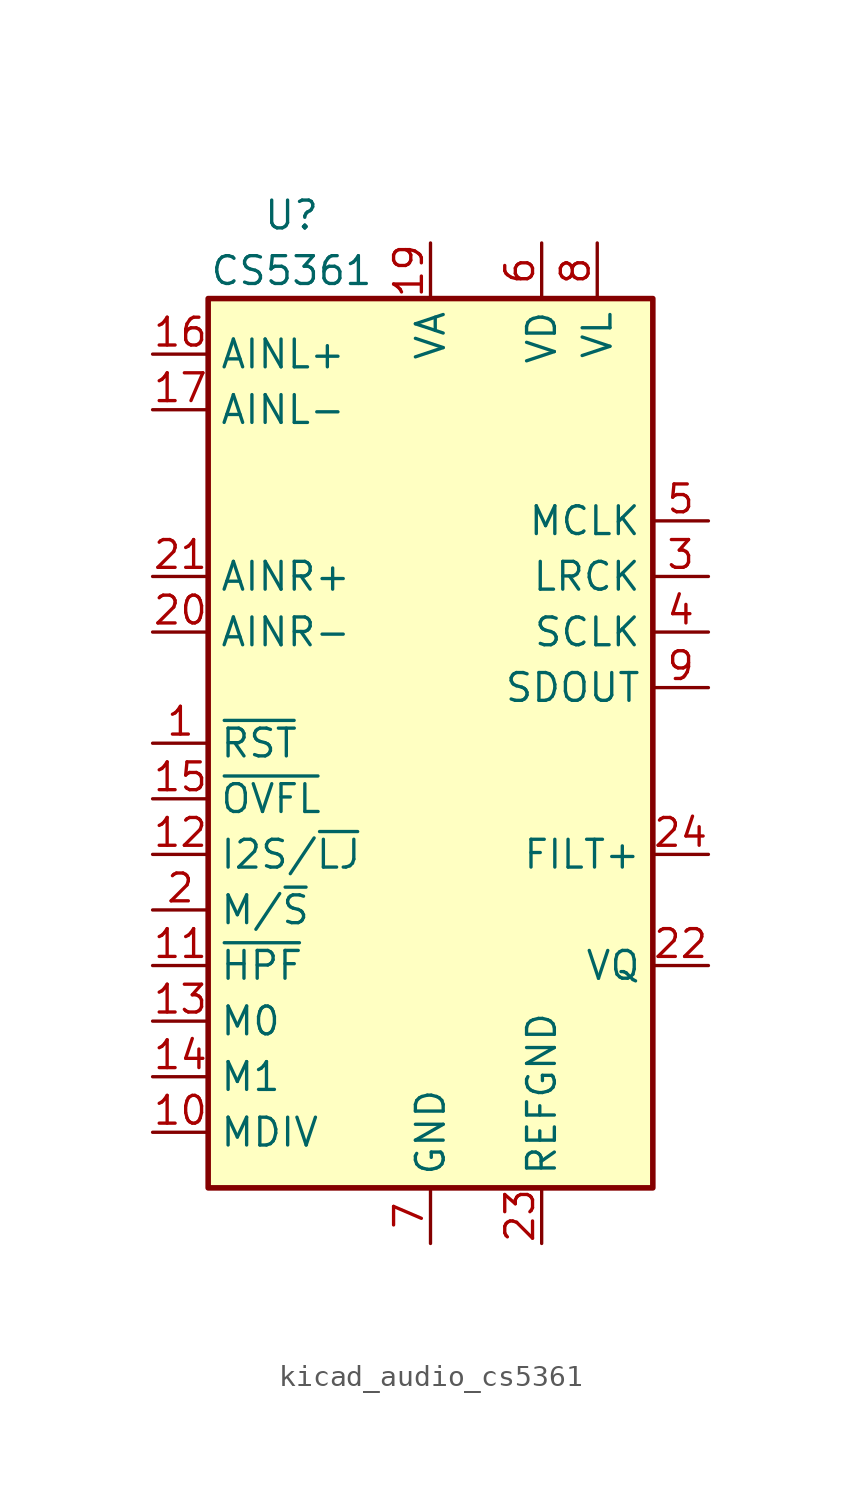
<source format=kicad_sym>
(kicad_symbol_lib
  (version 20220914)
  (generator kicad_symbol_editor)
  (symbol "kicad_audio_cs5361"
    (property "Reference" "U"
      (at -6.35 24.13 0)
      (effects (font (size 1.27 1.27))))
    (property "Value" "CS5361"
      (at -6.35 21.59 0)
      (effects (font (size 1.27 1.27))))
    (symbol "kicad_audio_cs5361_0_1"
      (rectangle (start -10.16 20.32) (end 10.16 -20.32) (stroke (width 0.254) (type default)) (fill (type background))))
    (symbol "kicad_audio_cs5361_1_1"
      (pin input line (at -12.7 0 0) (length 2.54) (name "~{RST}" (effects (font (size 1.27 1.27)))) (number "1" (effects (font (size 1.27 1.27)))))
      (pin input line (at -12.7 -17.78 0) (length 2.54) (name "MDIV" (effects (font (size 1.27 1.27)))) (number "10" (effects (font (size 1.27 1.27)))))
      (pin input line (at -12.7 -10.16 0) (length 2.54) (name "~{HPF}" (effects (font (size 1.27 1.27)))) (number "11" (effects (font (size 1.27 1.27)))))
      (pin input line (at -12.7 -5.08 0) (length 2.54) (name "I2S/~{LJ}" (effects (font (size 1.27 1.27)))) (number "12" (effects (font (size 1.27 1.27)))))
      (pin input line (at -12.7 -12.7 0) (length 2.54) (name "M0" (effects (font (size 1.27 1.27)))) (number "13" (effects (font (size 1.27 1.27)))))
      (pin input line (at -12.7 -15.24 0) (length 2.54) (name "M1" (effects (font (size 1.27 1.27)))) (number "14" (effects (font (size 1.27 1.27)))))
      (pin input line (at -12.7 -2.54 0) (length 2.54) (name "~{OVFL}" (effects (font (size 1.27 1.27)))) (number "15" (effects (font (size 1.27 1.27)))))
      (pin input line (at -12.7 17.78 0) (length 2.54) (name "AINL+" (effects (font (size 1.27 1.27)))) (number "16" (effects (font (size 1.27 1.27)))))
      (pin input line (at -12.7 15.24 0) (length 2.54) (name "AINL-" (effects (font (size 1.27 1.27)))) (number "17" (effects (font (size 1.27 1.27)))))
      (pin passive line (at 0 -22.86 90) (length 2.54) hide (name "GND" (effects (font (size 1.27 1.27)))) (number "18" (effects (font (size 1.27 1.27)))))
      (pin power_in line (at 0 22.86 270) (length 2.54) (name "VA" (effects (font (size 1.27 1.27)))) (number "19" (effects (font (size 1.27 1.27)))))
      (pin input line (at -12.7 -7.62 0) (length 2.54) (name "M/~{S}" (effects (font (size 1.27 1.27)))) (number "2" (effects (font (size 1.27 1.27)))))
      (pin input line (at -12.7 5.08 0) (length 2.54) (name "AINR-" (effects (font (size 1.27 1.27)))) (number "20" (effects (font (size 1.27 1.27)))))
      (pin input line (at -12.7 7.62 0) (length 2.54) (name "AINR+" (effects (font (size 1.27 1.27)))) (number "21" (effects (font (size 1.27 1.27)))))
      (pin power_out line (at 12.7 -10.16 180) (length 2.54) (name "VQ" (effects (font (size 1.27 1.27)))) (number "22" (effects (font (size 1.27 1.27)))))
      (pin power_in line (at 5.08 -22.86 90) (length 2.54) (name "REFGND" (effects (font (size 1.27 1.27)))) (number "23" (effects (font (size 1.27 1.27)))))
      (pin power_out line (at 12.7 -5.08 180) (length 2.54) (name "FILT+" (effects (font (size 1.27 1.27)))) (number "24" (effects (font (size 1.27 1.27)))))
      (pin bidirectional line (at 12.7 7.62 180) (length 2.54) (name "LRCK" (effects (font (size 1.27 1.27)))) (number "3" (effects (font (size 1.27 1.27)))))
      (pin bidirectional line (at 12.7 5.08 180) (length 2.54) (name "SCLK" (effects (font (size 1.27 1.27)))) (number "4" (effects (font (size 1.27 1.27)))))
      (pin input line (at 12.7 10.16 180) (length 2.54) (name "MCLK" (effects (font (size 1.27 1.27)))) (number "5" (effects (font (size 1.27 1.27)))))
      (pin power_in line (at 5.08 22.86 270) (length 2.54) (name "VD" (effects (font (size 1.27 1.27)))) (number "6" (effects (font (size 1.27 1.27)))))
      (pin power_in line (at 0 -22.86 90) (length 2.54) (name "GND" (effects (font (size 1.27 1.27)))) (number "7" (effects (font (size 1.27 1.27)))))
      (pin power_in line (at 7.62 22.86 270) (length 2.54) (name "VL" (effects (font (size 1.27 1.27)))) (number "8" (effects (font (size 1.27 1.27)))))
      (pin output line (at 12.7 2.54 180) (length 2.54) (name "SDOUT" (effects (font (size 1.27 1.27)))) (number "9" (effects (font (size 1.27 1.27))))))))
</source>
